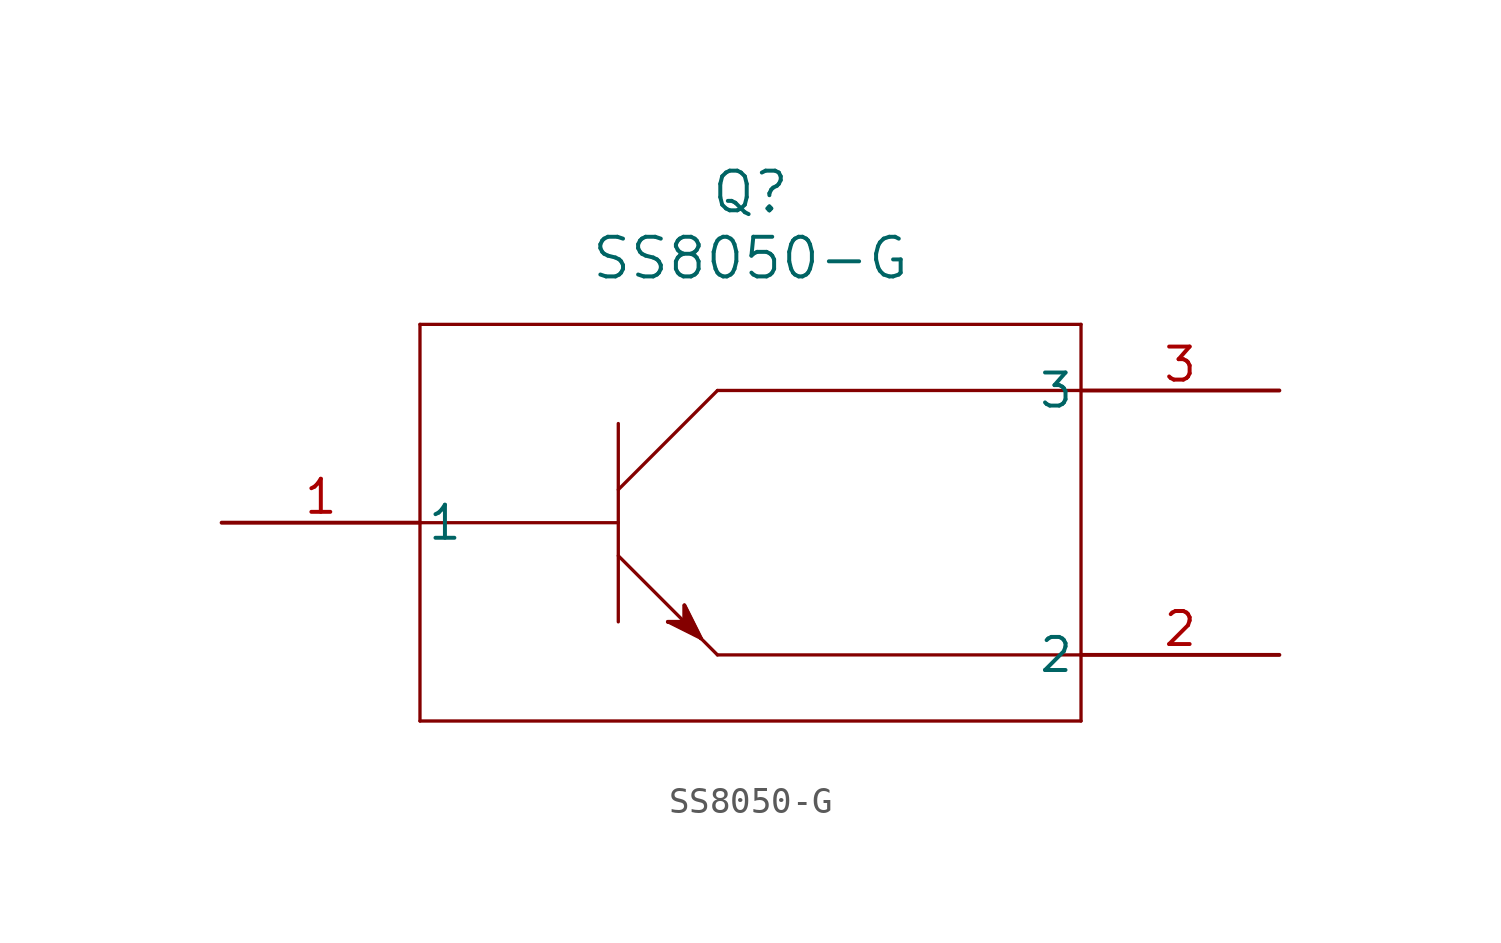
<source format=kicad_sym>
(kicad_symbol_lib
  (version 20231120)
  (generator "kicad_symbol_editor")
  (generator_version "8.0")
  (symbol "SS8050-G"
    (pin_names
      (offset 0.254))
    (property "Reference" "Q"
      (at 20.32 12.7 0)
      (effects (font (size 1.524 1.524))))
    (property "Value" "SS8050-G"
      (at 20.32 10.16 0)
      (effects (font (size 1.524 1.524))))
    (symbol "SS8050-G_0_1"
      (polyline (pts (xy 7.62 -7.62) (xy 33.02 -7.62)) (stroke (width 0.127) (type default)) (fill (type none)))
      (polyline (pts (xy 7.62 0) (xy 15.24 0)) (stroke (width 0.127) (type default)) (fill (type none)))
      (polyline (pts (xy 7.62 7.62) (xy 7.62 -7.62)) (stroke (width 0.127) (type default)) (fill (type none)))
      (polyline (pts (xy 15.24 -1.27) (xy 17.78 -3.81)) (stroke (width 0.127) (type default)) (fill (type none)))
      (polyline (pts (xy 15.24 1.27) (xy 19.05 5.08)) (stroke (width 0.127) (type default)) (fill (type none)))
      (polyline (pts (xy 15.24 3.81) (xy 15.24 -3.81)) (stroke (width 0.127) (type default)) (fill (type none)))
      (polyline (pts (xy 17.145 -3.81) (xy 18.415 -4.445)) (stroke (width 0.127) (type default)) (fill (type none)))
      (polyline (pts (xy 17.78 -3.81) (xy 17.145 -3.81)) (stroke (width 0.127) (type default)) (fill (type none)))
      (polyline (pts (xy 17.78 -3.175) (xy 17.78 -3.81)) (stroke (width 0.127) (type default)) (fill (type none)))
      (polyline (pts (xy 18.415 -4.445) (xy 17.78 -3.175)) (stroke (width 0.127) (type default)) (fill (type none)))
      (polyline (pts (xy 18.415 -4.445) (xy 19.05 -5.08)) (stroke (width 0.127) (type default)) (fill (type none)))
      (polyline (pts (xy 19.05 -5.08) (xy 33.02 -5.08)) (stroke (width 0.127) (type default)) (fill (type none)))
      (polyline (pts (xy 19.05 5.08) (xy 33.02 5.08)) (stroke (width 0.127) (type default)) (fill (type none)))
      (polyline (pts (xy 33.02 -7.62) (xy 33.02 7.62)) (stroke (width 0.127) (type default)) (fill (type none)))
      (polyline (pts (xy 33.02 7.62) (xy 7.62 7.62)) (stroke (width 0.127) (type default)) (fill (type none)))
      (polyline (pts (xy 17.145 -3.81) (xy 17.78 -3.81) (xy 17.78 -3.175) (xy 18.415 -4.445)) (stroke (width 0) (type default)) (fill (type outline)))
      (pin unspecified line (at 0 0 0) (length 7.62) (name "1" (effects (font (size 1.27 1.27)))) (number "1" (effects (font (size 1.27 1.27)))))
      (pin unspecified line (at 40.64 -5.08 180) (length 7.62) (name "2" (effects (font (size 1.27 1.27)))) (number "2" (effects (font (size 1.27 1.27)))))
      (pin unspecified line (at 40.64 5.08 180) (length 7.62) (name "3" (effects (font (size 1.27 1.27)))) (number "3" (effects (font (size 1.27 1.27))))))))
</source>
